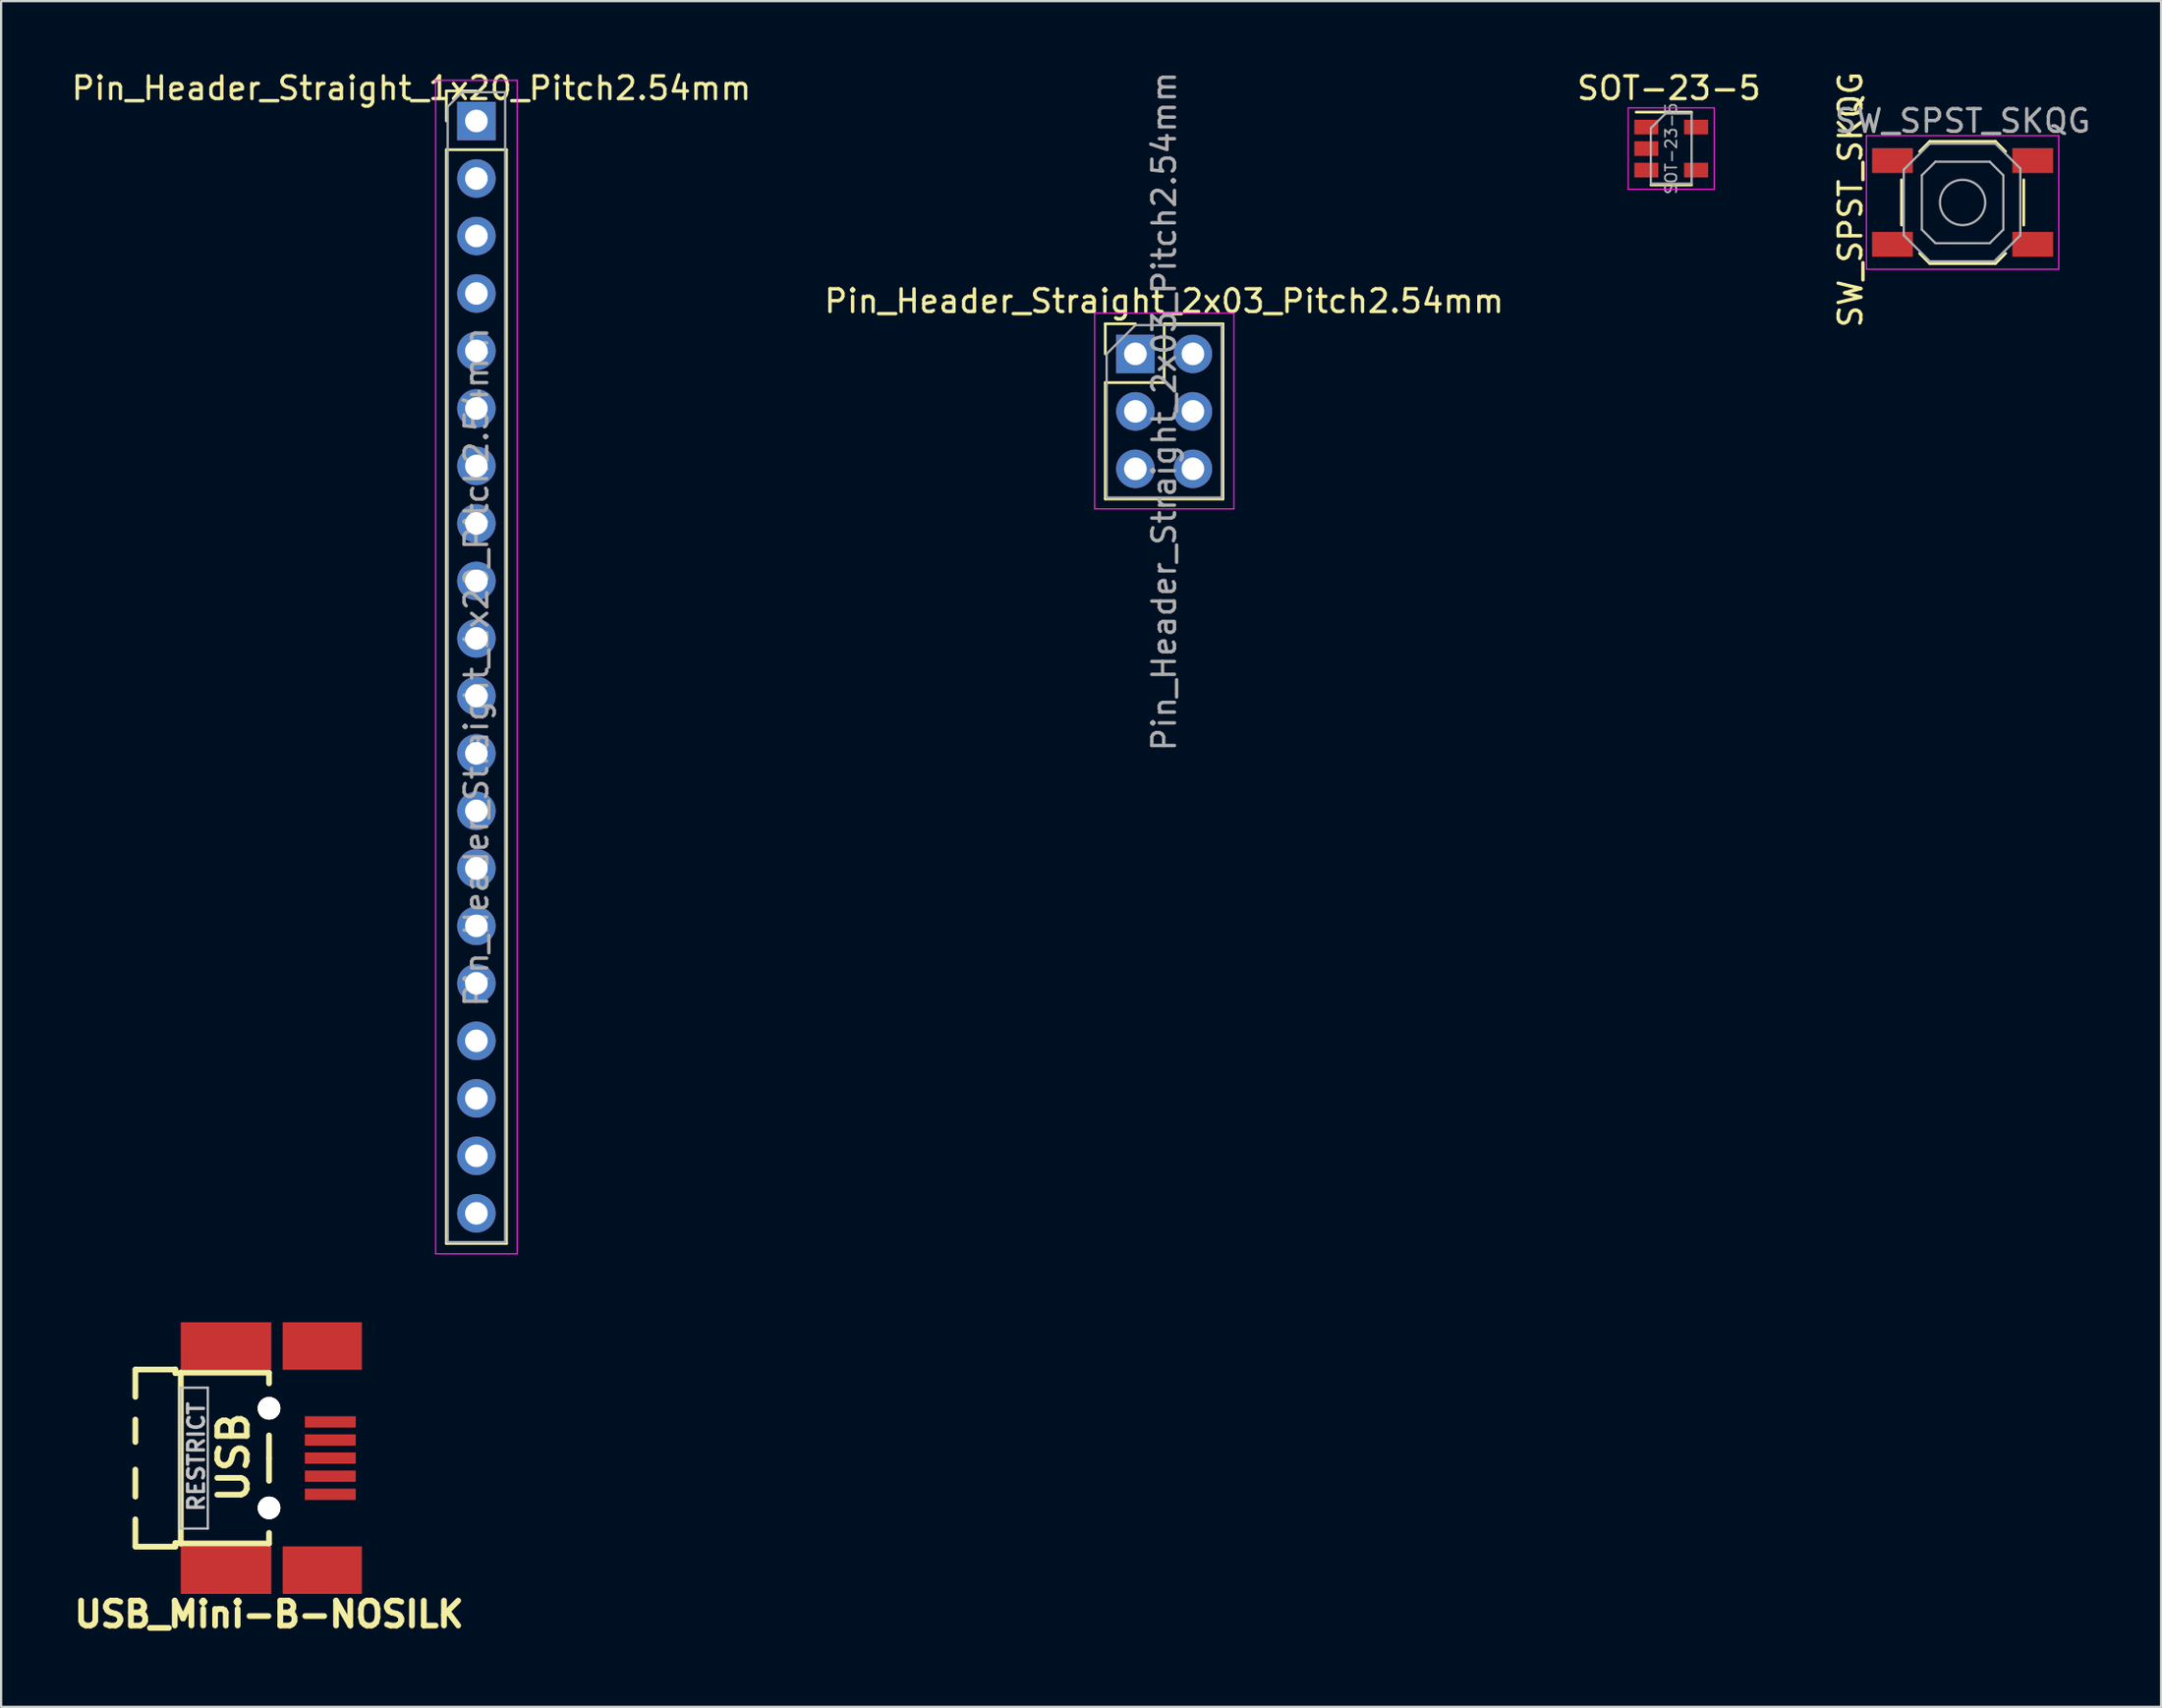
<source format=kicad_pcb>
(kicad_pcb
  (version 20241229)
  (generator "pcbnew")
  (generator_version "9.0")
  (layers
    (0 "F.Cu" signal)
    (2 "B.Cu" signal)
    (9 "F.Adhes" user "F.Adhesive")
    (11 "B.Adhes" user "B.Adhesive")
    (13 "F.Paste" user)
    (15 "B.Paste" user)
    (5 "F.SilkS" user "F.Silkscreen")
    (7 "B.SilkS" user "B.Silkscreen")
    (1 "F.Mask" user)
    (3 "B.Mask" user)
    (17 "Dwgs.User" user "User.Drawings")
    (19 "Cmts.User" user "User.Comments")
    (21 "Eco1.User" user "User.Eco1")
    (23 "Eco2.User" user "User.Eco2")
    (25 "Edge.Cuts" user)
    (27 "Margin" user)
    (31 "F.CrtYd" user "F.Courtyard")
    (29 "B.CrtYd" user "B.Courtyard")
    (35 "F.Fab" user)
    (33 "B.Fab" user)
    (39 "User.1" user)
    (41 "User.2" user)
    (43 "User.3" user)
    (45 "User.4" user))
  (footprint "Pin_Header_Straight_2x03_Pitch2.54mm"
    (layer "F.Cu")
    (at 47.105 12.585)
    (property "Reference" "Pin_Header_Straight_2x03_Pitch2.54mm" (at 1.27 -2.33 0) (layer "F.SilkS") (effects (font (size 1 1) (thickness 0.15))))
    (attr through_hole)
    (fp_line (start -1.33 -1.33) (end 0 -1.33) (stroke (width 0.12) (type solid)) (layer "F.SilkS"))
    (fp_line (start -1.33 0) (end -1.33 -1.33) (stroke (width 0.12) (type solid)) (layer "F.SilkS"))
    (fp_line (start -1.33 1.27) (end -1.33 6.41) (stroke (width 0.12) (type solid)) (layer "F.SilkS"))
    (fp_line (start -1.33 1.27) (end 1.27 1.27) (stroke (width 0.12) (type solid)) (layer "F.SilkS"))
    (fp_line (start -1.33 6.41) (end 3.87 6.41) (stroke (width 0.12) (type solid)) (layer "F.SilkS"))
    (fp_line (start 1.27 -1.33) (end 3.87 -1.33) (stroke (width 0.12) (type solid)) (layer "F.SilkS"))
    (fp_line (start 1.27 1.27) (end 1.27 -1.33) (stroke (width 0.12) (type solid)) (layer "F.SilkS"))
    (fp_line (start 3.87 -1.33) (end 3.87 6.41) (stroke (width 0.12) (type solid)) (layer "F.SilkS"))
    (fp_line (start -1.8 -1.8) (end -1.8 6.85) (stroke (width 0.05) (type solid)) (layer "F.CrtYd"))
    (fp_line (start -1.8 6.85) (end 4.35 6.85) (stroke (width 0.05) (type solid)) (layer "F.CrtYd"))
    (fp_line (start 4.35 -1.8) (end -1.8 -1.8) (stroke (width 0.05) (type solid)) (layer "F.CrtYd"))
    (fp_line (start 4.35 6.85) (end 4.35 -1.8) (stroke (width 0.05) (type solid)) (layer "F.CrtYd"))
    (fp_line (start -1.27 0) (end 0 -1.27) (stroke (width 0.1) (type solid)) (layer "F.Fab"))
    (fp_line (start -1.27 6.35) (end -1.27 0) (stroke (width 0.1) (type solid)) (layer "F.Fab"))
    (fp_line (start 0 -1.27) (end 3.81 -1.27) (stroke (width 0.1) (type solid)) (layer "F.Fab"))
    (fp_line (start 3.81 -1.27) (end 3.81 6.35) (stroke (width 0.1) (type solid)) (layer "F.Fab"))
    (fp_line (start 3.81 6.35) (end -1.27 6.35) (stroke (width 0.1) (type solid)) (layer "F.Fab"))
    (fp_text user "${REFERENCE}" (at 1.27 2.54 90) (layer "F.Fab") (effects (font (size 1 1) (thickness 0.15))))
    (pad "1" thru_hole rect (at 0 0) (size 1.7 1.7) (drill 1) (layers "*.Cu" "*.Mask"))
    (pad "2" thru_hole oval (at 2.54 0) (size 1.7 1.7) (drill 1) (layers "*.Cu" "*.Mask"))
    (pad "3" thru_hole oval (at 0 2.54) (size 1.7 1.7) (drill 1) (layers "*.Cu" "*.Mask"))
    (pad "4" thru_hole oval (at 2.54 2.54) (size 1.7 1.7) (drill 1) (layers "*.Cu" "*.Mask"))
    (pad "5" thru_hole oval (at 0 5.08) (size 1.7 1.7) (drill 1) (layers "*.Cu" "*.Mask"))
    (pad "6" thru_hole oval (at 2.54 5.08) (size 1.7 1.7) (drill 1) (layers "*.Cu" "*.Mask")))
  (footprint "Pin_Header_Straight_1x20_Pitch2.54mm"
    (layer "F.Cu")
    (at 17.995 2.296)
    (property "Reference" "Pin_Header_Straight_1x20_Pitch2.54mm" (at -2.87 -1.448 0) (layer "F.SilkS") (effects (font (size 1 1) (thickness 0.15))))
    (attr through_hole)
    (fp_line (start -1.33 -1.33) (end 0 -1.33) (stroke (width 0.12) (type solid)) (layer "F.SilkS"))
    (fp_line (start -1.33 0) (end -1.33 -1.33) (stroke (width 0.12) (type solid)) (layer "F.SilkS"))
    (fp_line (start -1.33 1.27) (end -1.33 49.59) (stroke (width 0.12) (type solid)) (layer "F.SilkS"))
    (fp_line (start -1.33 1.27) (end 1.33 1.27) (stroke (width 0.12) (type solid)) (layer "F.SilkS"))
    (fp_line (start -1.33 49.59) (end 1.33 49.59) (stroke (width 0.12) (type solid)) (layer "F.SilkS"))
    (fp_line (start 1.33 1.27) (end 1.33 49.59) (stroke (width 0.12) (type solid)) (layer "F.SilkS"))
    (fp_line (start -1.8 -1.8) (end -1.8 50.05) (stroke (width 0.05) (type solid)) (layer "F.CrtYd"))
    (fp_line (start -1.8 50.05) (end 1.8 50.05) (stroke (width 0.05) (type solid)) (layer "F.CrtYd"))
    (fp_line (start 1.8 -1.8) (end -1.8 -1.8) (stroke (width 0.05) (type solid)) (layer "F.CrtYd"))
    (fp_line (start 1.8 50.05) (end 1.8 -1.8) (stroke (width 0.05) (type solid)) (layer "F.CrtYd"))
    (fp_line (start -1.27 -0.635) (end -0.635 -1.27) (stroke (width 0.1) (type solid)) (layer "F.Fab"))
    (fp_line (start -1.27 49.53) (end -1.27 -0.635) (stroke (width 0.1) (type solid)) (layer "F.Fab"))
    (fp_line (start -0.635 -1.27) (end 1.27 -1.27) (stroke (width 0.1) (type solid)) (layer "F.Fab"))
    (fp_line (start 1.27 -1.27) (end 1.27 49.53) (stroke (width 0.1) (type solid)) (layer "F.Fab"))
    (fp_line (start 1.27 49.53) (end -1.27 49.53) (stroke (width 0.1) (type solid)) (layer "F.Fab"))
    (fp_text user "${REFERENCE}" (at 0 24.13 90) (layer "F.Fab") (effects (font (size 1 1) (thickness 0.15))))
    (pad "1" thru_hole rect (at 0 0) (size 1.7 1.7) (drill 1) (layers "*.Cu" "*.Mask"))
    (pad "2" thru_hole oval (at 0 2.54) (size 1.7 1.7) (drill 1) (layers "*.Cu" "*.Mask"))
    (pad "3" thru_hole oval (at 0 5.08) (size 1.7 1.7) (drill 1) (layers "*.Cu" "*.Mask"))
    (pad "4" thru_hole oval (at 0 7.62) (size 1.7 1.7) (drill 1) (layers "*.Cu" "*.Mask"))
    (pad "5" thru_hole oval (at 0 10.16) (size 1.7 1.7) (drill 1) (layers "*.Cu" "*.Mask"))
    (pad "6" thru_hole oval (at 0 12.7) (size 1.7 1.7) (drill 1) (layers "*.Cu" "*.Mask"))
    (pad "7" thru_hole oval (at 0 15.24) (size 1.7 1.7) (drill 1) (layers "*.Cu" "*.Mask"))
    (pad "8" thru_hole oval (at 0 17.78) (size 1.7 1.7) (drill 1) (layers "*.Cu" "*.Mask"))
    (pad "9" thru_hole oval (at 0 20.32) (size 1.7 1.7) (drill 1) (layers "*.Cu" "*.Mask"))
    (pad "10" thru_hole oval (at 0 22.86) (size 1.7 1.7) (drill 1) (layers "*.Cu" "*.Mask"))
    (pad "11" thru_hole oval (at 0 25.4) (size 1.7 1.7) (drill 1) (layers "*.Cu" "*.Mask"))
    (pad "12" thru_hole oval (at 0 27.94) (size 1.7 1.7) (drill 1) (layers "*.Cu" "*.Mask"))
    (pad "13" thru_hole oval (at 0 30.48) (size 1.7 1.7) (drill 1) (layers "*.Cu" "*.Mask"))
    (pad "14" thru_hole oval (at 0 33.02) (size 1.7 1.7) (drill 1) (layers "*.Cu" "*.Mask"))
    (pad "15" thru_hole oval (at 0 35.56) (size 1.7 1.7) (drill 1) (layers "*.Cu" "*.Mask"))
    (pad "16" thru_hole oval (at 0 38.1) (size 1.7 1.7) (drill 1) (layers "*.Cu" "*.Mask"))
    (pad "17" thru_hole oval (at 0 40.64) (size 1.7 1.7) (drill 1) (layers "*.Cu" "*.Mask"))
    (pad "18" thru_hole oval (at 0 43.18) (size 1.7 1.7) (drill 1) (layers "*.Cu" "*.Mask"))
    (pad "19" thru_hole oval (at 0 45.72) (size 1.7 1.7) (drill 1) (layers "*.Cu" "*.Mask"))
    (pad "20" thru_hole oval (at 0 48.26) (size 1.7 1.7) (drill 1) (layers "*.Cu" "*.Mask")))
  (footprint "SW_SPST_SKQG"
    (layer "F.Cu")
    (at 83.646 5.895)
    (property "Reference" "SW_SPST_SKQG" (at -4.953 -0.127 90) (layer "F.SilkS") (effects (font (size 1 1) (thickness 0.15))))
    (attr smd)
    (fp_line (start -2.7 1) (end -2.7 -1) (stroke (width 0.12) (type solid)) (layer "F.SilkS"))
    (fp_line (start -1.9 -2.25) (end -1.45 -2.7) (stroke (width 0.12) (type solid)) (layer "F.SilkS"))
    (fp_line (start -1.45 -2.7) (end 1.45 -2.7) (stroke (width 0.12) (type solid)) (layer "F.SilkS"))
    (fp_line (start -1.45 2.7) (end -1.9 2.25) (stroke (width 0.12) (type solid)) (layer "F.SilkS"))
    (fp_line (start 1.45 -2.7) (end 1.9 -2.25) (stroke (width 0.12) (type solid)) (layer "F.SilkS"))
    (fp_line (start 1.45 2.7) (end -1.45 2.7) (stroke (width 0.12) (type solid)) (layer "F.SilkS"))
    (fp_line (start 1.9 2.25) (end 1.45 2.7) (stroke (width 0.12) (type solid)) (layer "F.SilkS"))
    (fp_line (start 2.7 -1) (end 2.7 1) (stroke (width 0.12) (type solid)) (layer "F.SilkS"))
    (fp_line (start -4.25 -2.95) (end -4.25 2.95) (stroke (width 0.05) (type solid)) (layer "F.CrtYd"))
    (fp_line (start -4.25 2.95) (end 4.25 2.95) (stroke (width 0.05) (type solid)) (layer "F.CrtYd"))
    (fp_line (start 4.25 -2.95) (end -4.25 -2.95) (stroke (width 0.05) (type solid)) (layer "F.CrtYd"))
    (fp_line (start 4.25 2.95) (end 4.25 -2.95) (stroke (width 0.05) (type solid)) (layer "F.CrtYd"))
    (fp_line (start -2.6 -1.45) (end -1.45 -2.6) (stroke (width 0.1) (type solid)) (layer "F.Fab"))
    (fp_line (start -2.6 1.45) (end -2.6 -1.45) (stroke (width 0.1) (type solid)) (layer "F.Fab"))
    (fp_line (start -1.8 -1.2) (end -1.2 -1.8) (stroke (width 0.1) (type solid)) (layer "F.Fab"))
    (fp_line (start -1.8 1.2) (end -1.8 -1.2) (stroke (width 0.1) (type solid)) (layer "F.Fab"))
    (fp_line (start -1.45 -2.6) (end 1.45 -2.6) (stroke (width 0.1) (type solid)) (layer "F.Fab"))
    (fp_line (start -1.45 2.6) (end -2.6 1.45) (stroke (width 0.1) (type solid)) (layer "F.Fab"))
    (fp_line (start -1.2 -1.8) (end 1.2 -1.8) (stroke (width 0.1) (type solid)) (layer "F.Fab"))
    (fp_line (start -1.2 1.8) (end -1.8 1.2) (stroke (width 0.1) (type solid)) (layer "F.Fab"))
    (fp_line (start 1.2 -1.8) (end 1.8 -1.2) (stroke (width 0.1) (type solid)) (layer "F.Fab"))
    (fp_line (start 1.2 1.8) (end -1.2 1.8) (stroke (width 0.1) (type solid)) (layer "F.Fab"))
    (fp_line (start 1.4 2.6) (end -1.45 2.6) (stroke (width 0.1) (type solid)) (layer "F.Fab"))
    (fp_line (start 1.45 -2.6) (end 2.55 -1.5) (stroke (width 0.1) (type solid)) (layer "F.Fab"))
    (fp_line (start 1.8 -1.2) (end 1.8 1.2) (stroke (width 0.1) (type solid)) (layer "F.Fab"))
    (fp_line (start 1.8 1.2) (end 1.2 1.8) (stroke (width 0.1) (type solid)) (layer "F.Fab"))
    (fp_line (start 2.55 -1.5) (end 2.55 1.45) (stroke (width 0.1) (type solid)) (layer "F.Fab"))
    (fp_line (start 2.55 1.45) (end 1.4 2.6) (stroke (width 0.1) (type solid)) (layer "F.Fab"))
    (fp_circle (center 0 0) (end 1 0) (stroke (width 0.1) (type solid)) (fill no) (layer "F.Fab"))
    (fp_text user "${REFERENCE}" (at 0 -3.6 0) (layer "F.Fab") (effects (font (size 1 1) (thickness 0.15))))
    (pad "1" smd rect (at -3.1 -1.85) (size 1.8 1.1) (layers "F.Cu" "F.Mask" "F.Paste"))
    (pad "1" smd rect (at 3.1 -1.85) (size 1.8 1.1) (layers "F.Cu" "F.Mask" "F.Paste"))
    (pad "2" smd rect (at -3.1 1.85) (size 1.8 1.1) (layers "F.Cu" "F.Mask" "F.Paste"))
    (pad "2" smd rect (at 3.1 1.85) (size 1.8 1.1) (layers "F.Cu" "F.Mask" "F.Paste")))
  (footprint "SOT-23-5"
    (layer "F.Cu")
    (at 70.774 3.515)
    (property "Reference" "SOT-23-5" (at -0.102 -2.667 0) (layer "F.SilkS") (effects (font (size 1 1) (thickness 0.15))))
    (attr smd)
    (fp_line (start -0.9 1.61) (end 0.9 1.61) (stroke (width 0.12) (type solid)) (layer "F.SilkS"))
    (fp_line (start 0.9 -1.61) (end -1.55 -1.61) (stroke (width 0.12) (type solid)) (layer "F.SilkS"))
    (fp_line (start -1.9 -1.8) (end 1.9 -1.8) (stroke (width 0.05) (type solid)) (layer "F.CrtYd"))
    (fp_line (start -1.9 1.8) (end -1.9 -1.8) (stroke (width 0.05) (type solid)) (layer "F.CrtYd"))
    (fp_line (start 1.9 -1.8) (end 1.9 1.8) (stroke (width 0.05) (type solid)) (layer "F.CrtYd"))
    (fp_line (start 1.9 1.8) (end -1.9 1.8) (stroke (width 0.05) (type solid)) (layer "F.CrtYd"))
    (fp_line (start -0.9 -0.9) (end -0.9 1.55) (stroke (width 0.1) (type solid)) (layer "F.Fab"))
    (fp_line (start -0.9 -0.9) (end -0.25 -1.55) (stroke (width 0.1) (type solid)) (layer "F.Fab"))
    (fp_line (start 0.9 -1.55) (end -0.25 -1.55) (stroke (width 0.1) (type solid)) (layer "F.Fab"))
    (fp_line (start 0.9 -1.55) (end 0.9 1.55) (stroke (width 0.1) (type solid)) (layer "F.Fab"))
    (fp_line (start 0.9 1.55) (end -0.9 1.55) (stroke (width 0.1) (type solid)) (layer "F.Fab"))
    (fp_text user "${REFERENCE}" (at 0 0 90) (layer "F.Fab") (effects (font (size 0.5 0.5) (thickness 0.075))))
    (pad "1" smd rect (at -1.1 -0.95) (size 1.06 0.65) (layers "F.Cu" "F.Mask" "F.Paste"))
    (pad "2" smd rect (at -1.1 0) (size 1.06 0.65) (layers "F.Cu" "F.Mask" "F.Paste"))
    (pad "3" smd rect (at -1.1 0.95) (size 1.06 0.65) (layers "F.Cu" "F.Mask" "F.Paste"))
    (pad "4" smd rect (at 1.1 0.95) (size 1.06 0.65) (layers "F.Cu" "F.Mask" "F.Paste"))
    (pad "5" smd rect (at 1.1 -0.95) (size 1.06 0.65) (layers "F.Cu" "F.Mask" "F.Paste")))
  (footprint "USB_Mini-B-NOSILK"
    (layer "F.Cu")
    (at 8.835 61.371)
    (property "Reference" "USB_Mini-B-NOSILK" (at 0 6.901 0) (layer "F.SilkS") (effects (font (size 1.1 1.1) (thickness 0.254))))
    (attr smd)
    (fp_line (start -5.905 -3.912) (end -5.905 -2.705) (stroke (width 0.254) (type solid)) (layer "F.SilkS"))
    (fp_line (start -5.905 -1.702) (end -5.905 -0.711) (stroke (width 0.254) (type solid)) (layer "F.SilkS"))
    (fp_line (start -5.905 0.508) (end -5.905 1.702) (stroke (width 0.254) (type solid)) (layer "F.SilkS"))
    (fp_line (start -5.905 2.705) (end -5.905 3.912) (stroke (width 0.254) (type solid)) (layer "F.SilkS"))
    (fp_line (start -5.893 -3.912) (end -4.153 -3.912) (stroke (width 0.254) (type solid)) (layer "F.SilkS"))
    (fp_line (start -5.893 3.912) (end -4.14 3.912) (stroke (width 0.254) (type solid)) (layer "F.SilkS"))
    (fp_line (start -4.14 -3.924) (end -4.14 -3.759) (stroke (width 0.254) (type solid)) (layer "F.SilkS"))
    (fp_line (start -4.14 -3.759) (end -3.899 -3.759) (stroke (width 0.254) (type solid)) (layer "F.SilkS"))
    (fp_line (start -4.14 3.759) (end -3.861 3.759) (stroke (width 0.254) (type solid)) (layer "F.SilkS"))
    (fp_line (start -4.14 3.912) (end -4.14 3.759) (stroke (width 0.254) (type solid)) (layer "F.SilkS"))
    (fp_line (start -3.899 -3.772) (end -3.899 3.772) (stroke (width 0.254) (type solid)) (layer "F.SilkS"))
    (fp_line (start -3.899 -3.772) (end 0 -3.772) (stroke (width 0.254) (type solid)) (layer "F.SilkS"))
    (fp_line (start -3.899 3.772) (end 0 3.772) (stroke (width 0.254) (type solid)) (layer "F.SilkS"))
    (fp_line (start 0 -3.759) (end 0 -3.302) (stroke (width 0.254) (type solid)) (layer "F.SilkS"))
    (fp_line (start 0 0) (end 0 -1.003) (stroke (width 0.254) (type solid)) (layer "F.SilkS"))
    (fp_line (start 0 0) (end 0 1.003) (stroke (width 0.254) (type solid)) (layer "F.SilkS"))
    (fp_line (start 0 3.772) (end 0 3.302) (stroke (width 0.254) (type solid)) (layer "F.SilkS"))
    (fp_line (start -3.912 -3.111) (end -3.912 3.111) (stroke (width 0.1) (type solid)) (layer "Dwgs.User"))
    (fp_line (start -2.705 -3.111) (end -3.912 -3.111) (stroke (width 0.1) (type solid)) (layer "Dwgs.User"))
    (fp_line (start -2.705 -3.111) (end -2.705 3.111) (stroke (width 0.1) (type solid)) (layer "Dwgs.User"))
    (fp_line (start -2.705 3.111) (end -3.912 3.111) (stroke (width 0.1) (type solid)) (layer "Dwgs.User"))
    (fp_text user "USB" (at -1.575 -0.025 270) (layer "F.SilkS") (effects (font (size 1.3 1.3) (thickness 0.254))))
    (fp_text user "RESTRICT" (at -3.213 -0.064 90) (layer "Dwgs.User") (effects (font (size 0.7 0.7) (thickness 0.15))))
    (pad "1" smd rect (at 2.706 -1.6) (size 2.25 0.5) (layers "F.Cu" "F.Mask" "F.Paste"))
    (pad "2" smd rect (at 2.706 -0.8) (size 2.25 0.5) (layers "F.Cu" "F.Mask" "F.Paste"))
    (pad "3" smd rect (at 2.706 0) (size 2.25 0.5) (layers "F.Cu" "F.Mask" "F.Paste"))
    (pad "4" smd rect (at 2.706 0.8) (size 2.25 0.5) (layers "F.Cu" "F.Mask" "F.Paste"))
    (pad "5" smd rect (at 2.706 1.6) (size 2.25 0.5) (layers "F.Cu" "F.Mask" "F.Paste"))
    (pad "6" smd rect (at 2.35 -4.95) (size 3.5 2.1) (layers "F.Cu" "F.Mask" "F.Paste"))
    (pad "7" smd rect (at -1.9 -4.95) (size 4 2.1) (layers "F.Cu" "F.Mask" "F.Paste"))
    (pad "8" smd rect (at 2.35 4.95) (size 3.5 2.1) (layers "F.Cu" "F.Mask" "F.Paste"))
    (pad "9" smd rect (at -1.9 4.95) (size 4 2.1) (layers "F.Cu" "F.Mask" "F.Paste"))
    (pad "10" thru_hole circle (at 0 -2.2) (size 1 1) (drill 1) (layers "*.Cu" "*.Mask" "F.SilkS"))
    (pad "11" thru_hole circle (at 0 2.2) (size 1 1) (drill 1) (layers "*.Cu" "*.Mask" "F.SilkS")))
  (gr_rect
    (start -3 -3)
    (end 92.414 72.362)
    (stroke (width 0.1) (type default))
    (fill no)
    (layer "Edge.Cuts")))
</source>
